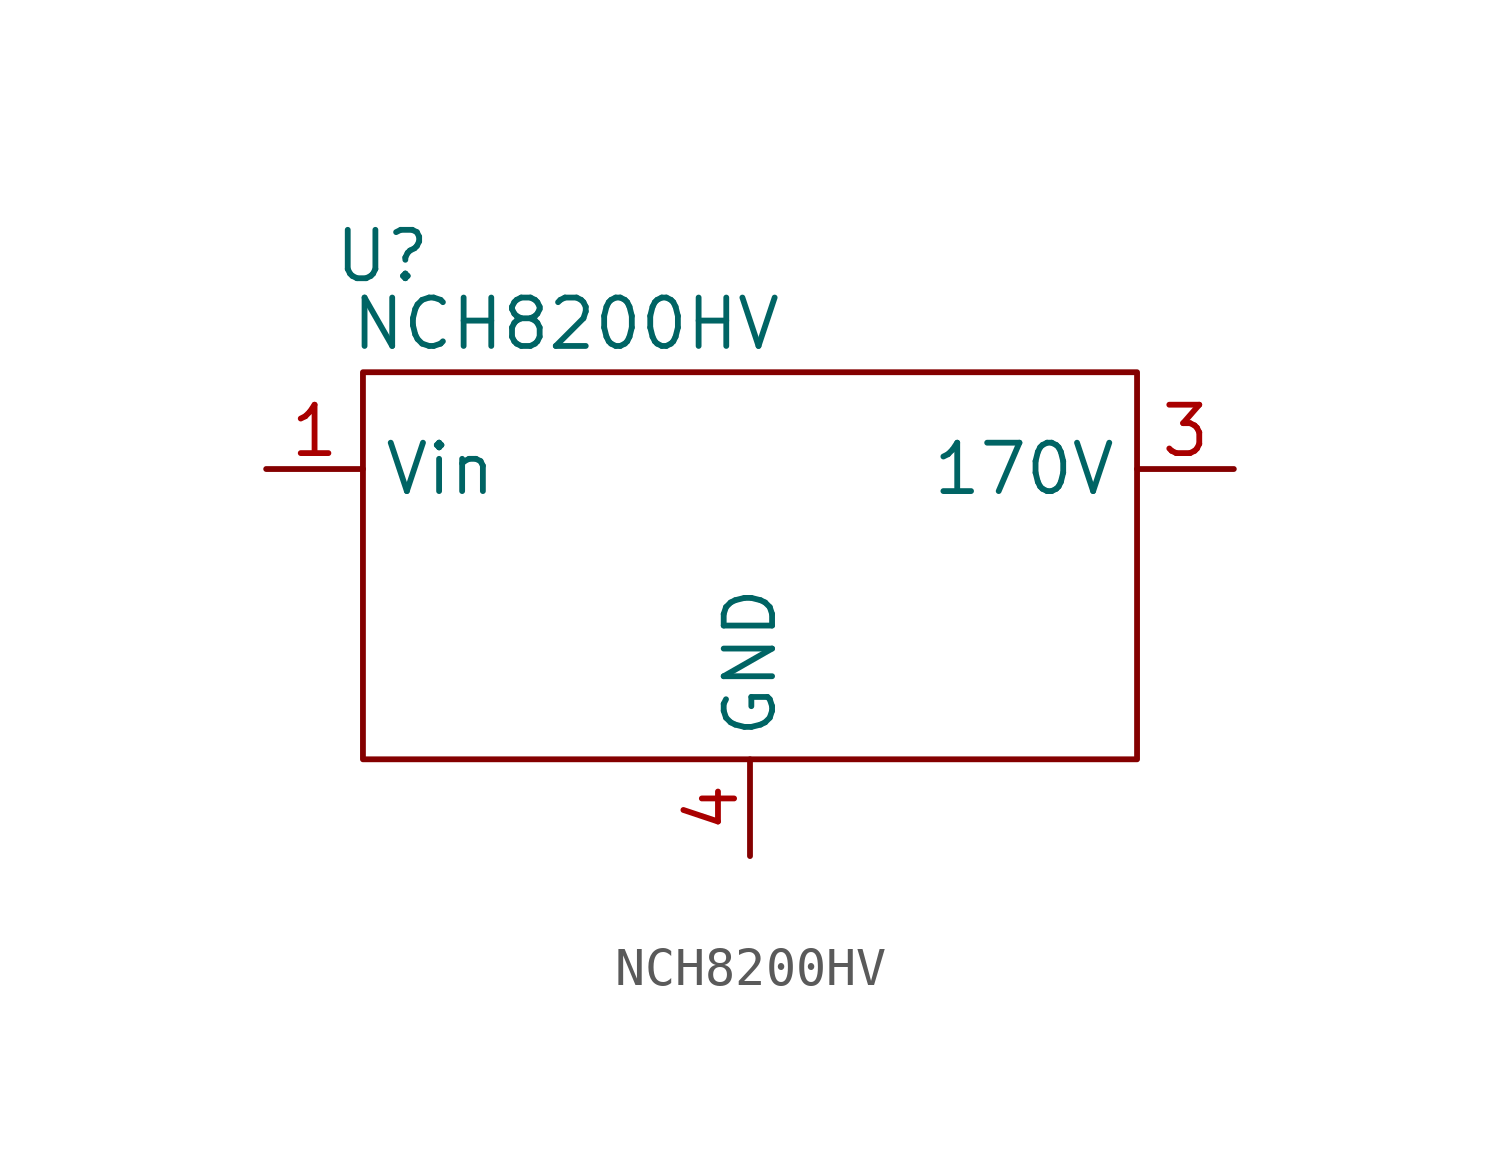
<source format=kicad_sym>
(kicad_symbol_lib
  (version 20231120)
  (generator "kicad_symbol_editor")
  (generator_version "8.0")
  (symbol "NCH8200HV"
    (property "Reference" "U"
      (at -9.652 8.128 0)
      (effects (font (size 1.27 1.27))))
    (property "Value" "NCH8200HV"
      (at -4.826 6.35 0)
      (effects (font (size 1.27 1.27))))
    (symbol "NCH8200HV_0_1"
      (rectangle (start -10.16 5.08) (end 10.16 -5.08) (stroke (width 0) (type default)) (fill (type none))))
    (symbol "NCH8200HV_1_1"
      (pin power_in line (at -12.7 2.54 0) (length 2.54) (name "Vin" (effects (font (size 1.27 1.27)))) (number "1" (effects (font (size 1.27 1.27)))))
      (pin power_out line (at 0 -7.62 90) (length 2.54) hide (name "GND" (effects (font (size 1.27 1.27)))) (number "2" (effects (font (size 1.27 1.27)))))
      (pin power_in line (at 12.7 2.54 180) (length 2.54) (name "170V" (effects (font (size 1.27 1.27)))) (number "3" (effects (font (size 1.27 1.27)))))
      (pin power_out line (at 0 -7.62 90) (length 2.54) (name "GND" (effects (font (size 1.27 1.27)))) (number "4" (effects (font (size 1.27 1.27))))))))
</source>
